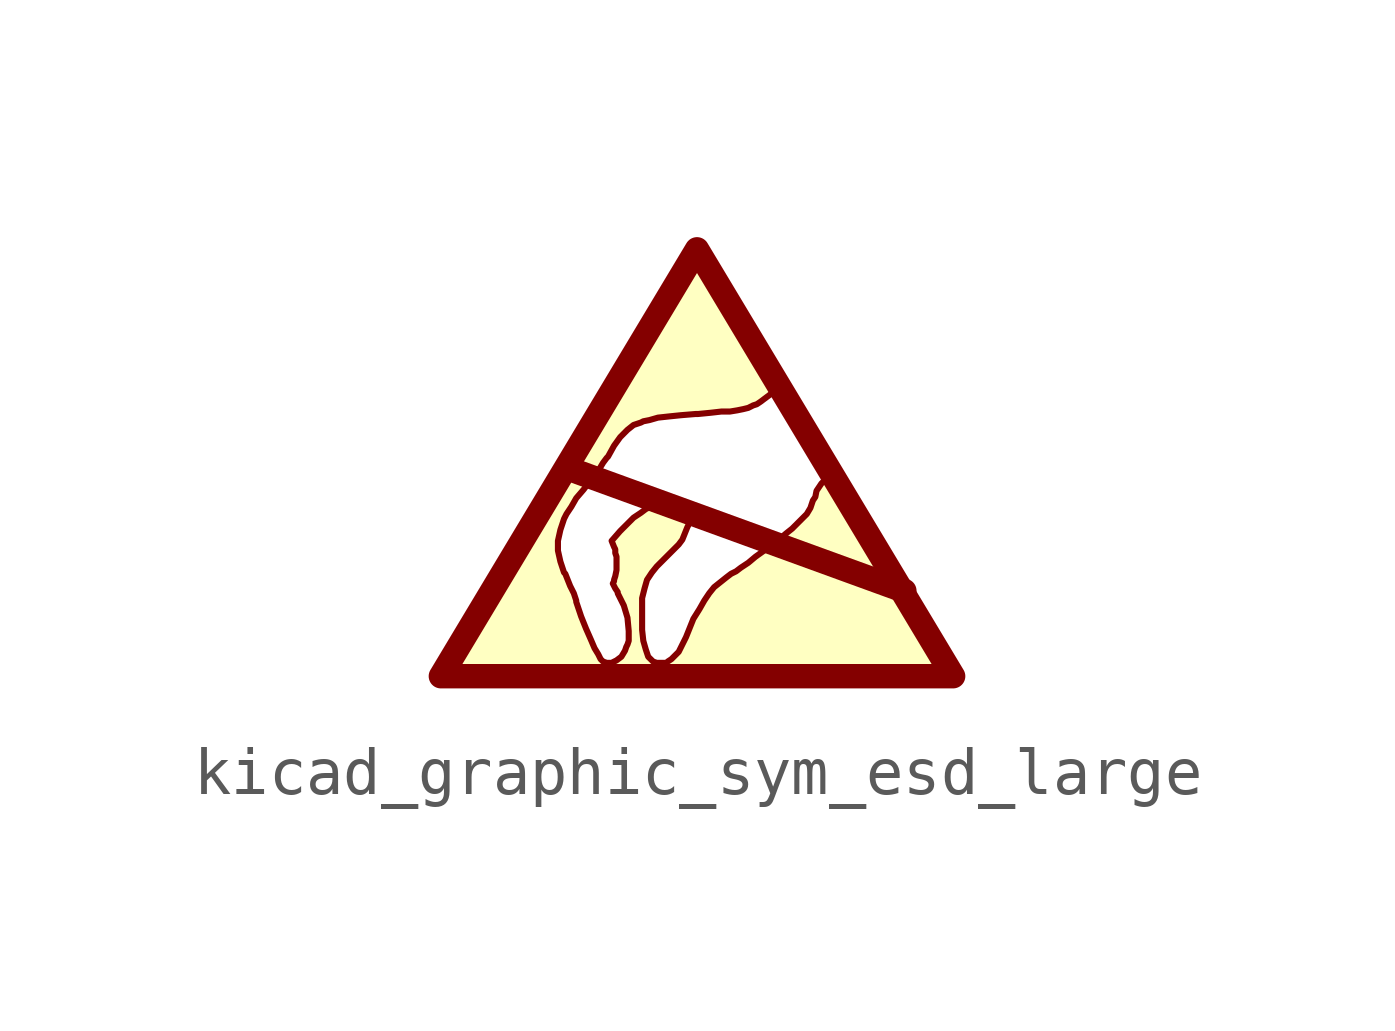
<source format=kicad_sym>
(kicad_symbol_lib
  (version 20220914)
  (generator kicad_symbol_editor)
  (symbol "kicad_graphic_sym_esd_large"
    (property "Reference" "#SYM"
      (at 0 5.08 0)
      (effects (font (size 1.27 1.27)) hide))
    (symbol "kicad_graphic_sym_esd_large_0_0"
      (polyline (pts (xy -2.667 -0.762) (xy 4.318 -3.302)) (stroke (width 0.508) (type default)) (fill (type none)))
      (polyline (pts (xy 0.483 -5.131) (xy 5.385 -5.131) (xy 5.385 -5.105) (xy 5.334 -5.055) (xy 5.283 -4.953) (xy 5.207 -4.826) (xy 5.004 -4.47) (xy 4.877 -4.267) (xy 4.75 -4.039) (xy 4.14 -3.023) (xy 3.988 -2.743) (xy 3.531 -1.981) (xy 3.404 -1.753) (xy 3.277 -1.549) (xy 3.15 -1.372) (xy 3.073 -1.194) (xy 2.997 -1.067) (xy 2.921 -0.965) (xy 2.896 -0.889) (xy 2.845 -0.838) (xy 2.819 -0.864) (xy 2.769 -0.889) (xy 2.591 -1.067) (xy 2.489 -1.219) (xy 2.464 -1.346) (xy 2.413 -1.422) (xy 2.362 -1.575) (xy 2.286 -1.702) (xy 1.981 -2.007) (xy 1.854 -2.108) (xy 1.702 -2.235) (xy 1.549 -2.337) (xy 1.397 -2.464) (xy 1.219 -2.591) (xy 1.067 -2.718) (xy 0.914 -2.819) (xy 0.813 -2.896) (xy 0.711 -2.946) (xy 0.61 -3.023) (xy 0.356 -3.226) (xy 0.254 -3.353) (xy 0.152 -3.505) (xy 0.051 -3.683) (xy -0.076 -3.886) (xy -0.229 -4.267) (xy -0.381 -4.572) (xy -0.533 -4.724) (xy -0.61 -4.775) (xy -0.635 -4.801) (xy -0.838 -4.801) (xy -0.914 -4.775) (xy -1.016 -4.674) (xy -1.067 -4.521) (xy -1.118 -4.343) (xy -1.143 -4.115) (xy -1.143 -3.454) (xy -1.092 -3.251) (xy -1.041 -3.073) (xy -0.94 -2.921) (xy -0.838 -2.794) (xy -0.381 -2.337) (xy -0.305 -2.235) (xy -0.203 -1.981) (xy -0.178 -1.93) (xy -0.152 -1.829) (xy -0.127 -1.753) (xy -0.127 -1.727) (xy -0.203 -1.651) (xy -0.254 -1.575) (xy -0.356 -1.524) (xy -0.432 -1.448) (xy -0.508 -1.397) (xy -0.559 -1.346) (xy -0.61 -1.346) (xy -0.66 -1.372) (xy -0.737 -1.422) (xy -0.838 -1.473) (xy -0.965 -1.549) (xy -1.067 -1.6) (xy -1.168 -1.676) (xy -1.321 -1.778) (xy -1.6 -2.057) (xy -1.778 -2.261) (xy -1.727 -2.388) (xy -1.702 -2.438) (xy -1.702 -2.515) (xy -1.676 -2.591) (xy -1.676 -2.87) (xy -1.702 -2.997) (xy -1.727 -3.073) (xy -1.727 -3.099) (xy -1.753 -3.15) (xy -1.702 -3.251) (xy -1.651 -3.327) (xy -1.651 -3.353) (xy -1.524 -3.607) (xy -1.448 -3.861) (xy -1.422 -4.14) (xy -1.422 -4.343) (xy -1.448 -4.42) (xy -1.473 -4.47) (xy -1.499 -4.547) (xy -1.575 -4.674) (xy -1.676 -4.75) (xy -1.778 -4.801) (xy -1.88 -4.801) (xy -1.956 -4.775) (xy -2.007 -4.724) (xy -2.057 -4.623) (xy -2.134 -4.496) (xy -2.21 -4.318) (xy -2.311 -4.089) (xy -2.413 -3.835) (xy -2.515 -3.531) (xy -2.515 -3.505) (xy -2.565 -3.353) (xy -2.642 -3.2) (xy -2.743 -2.946) (xy -2.769 -2.921) (xy -2.845 -2.692) (xy -2.896 -2.464) (xy -2.896 -2.261) (xy -2.845 -2.032) (xy -2.769 -1.803) (xy -2.718 -1.702) (xy -2.616 -1.549) (xy -2.515 -1.372) (xy -2.362 -1.194) (xy -2.21 -0.991) (xy -2.108 -0.889) (xy -1.956 -0.635) (xy -1.88 -0.533) (xy -1.854 -0.508) (xy -1.727 -0.279) (xy -1.6 -0.102) (xy -1.448 0.051) (xy -1.321 0.152) (xy -1.168 0.203) (xy -1.118 0.229) (xy -0.991 0.254) (xy -0.813 0.305) (xy -0.584 0.33) (xy -0.33 0.356) (xy -0.025 0.381) (xy 0.025 0.381) (xy 0.279 0.406) (xy 0.508 0.432) (xy 0.686 0.432) (xy 0.838 0.457) (xy 0.965 0.483) (xy 1.067 0.508) (xy 1.168 0.559) (xy 1.245 0.584) (xy 1.321 0.635) (xy 1.524 0.787) (xy 1.727 0.991) (xy 1.727 1.041) (xy 1.702 1.092) (xy 1.651 1.168) (xy 1.6 1.27) (xy 1.499 1.422) (xy 1.422 1.6) (xy 1.168 2.007) (xy 1.041 2.235) (xy 0.66 2.87) (xy 0.508 3.099) (xy 0.406 3.302) (xy 0.305 3.454) (xy 0.229 3.581) (xy 0.152 3.683) (xy 0.102 3.759) (xy 0.051 3.861) (xy 0.025 3.886) (xy -0.051 3.886) (xy -0.051 3.861) (xy -0.127 3.785) (xy -0.152 3.734) (xy -0.203 3.658) (xy -0.254 3.556) (xy -0.406 3.302) (xy -0.508 3.15) (xy -0.61 2.972) (xy -0.737 2.769) (xy -1.041 2.261) (xy -1.219 1.956) (xy -1.422 1.626) (xy -1.88 0.864) (xy -2.134 0.406) (xy -2.438 -0.076) (xy -2.743 -0.61) (xy -2.921 -0.889) (xy -3.429 -1.753) (xy -3.658 -2.159) (xy -3.886 -2.54) (xy -4.115 -2.896) (xy -4.318 -3.251) (xy -4.521 -3.581) (xy -4.674 -3.886) (xy -4.851 -4.14) (xy -4.978 -4.394) (xy -5.105 -4.597) (xy -5.232 -4.775) (xy -5.359 -5.029) (xy -5.41 -5.105) (xy -5.41 -5.131) (xy -0.711 -5.131) (xy -0.025 -5.156) (xy 0.483 -5.131)) (stroke (width 0.127) (type default)) (fill (type background))))
    (symbol "kicad_graphic_sym_esd_large_0_1"
      (polyline (pts (xy -5.334 -5.08) (xy 5.334 -5.08) (xy 0 3.81) (xy -5.334 -5.08)) (stroke (width 0.508) (type default)) (fill (type none))))))
</source>
